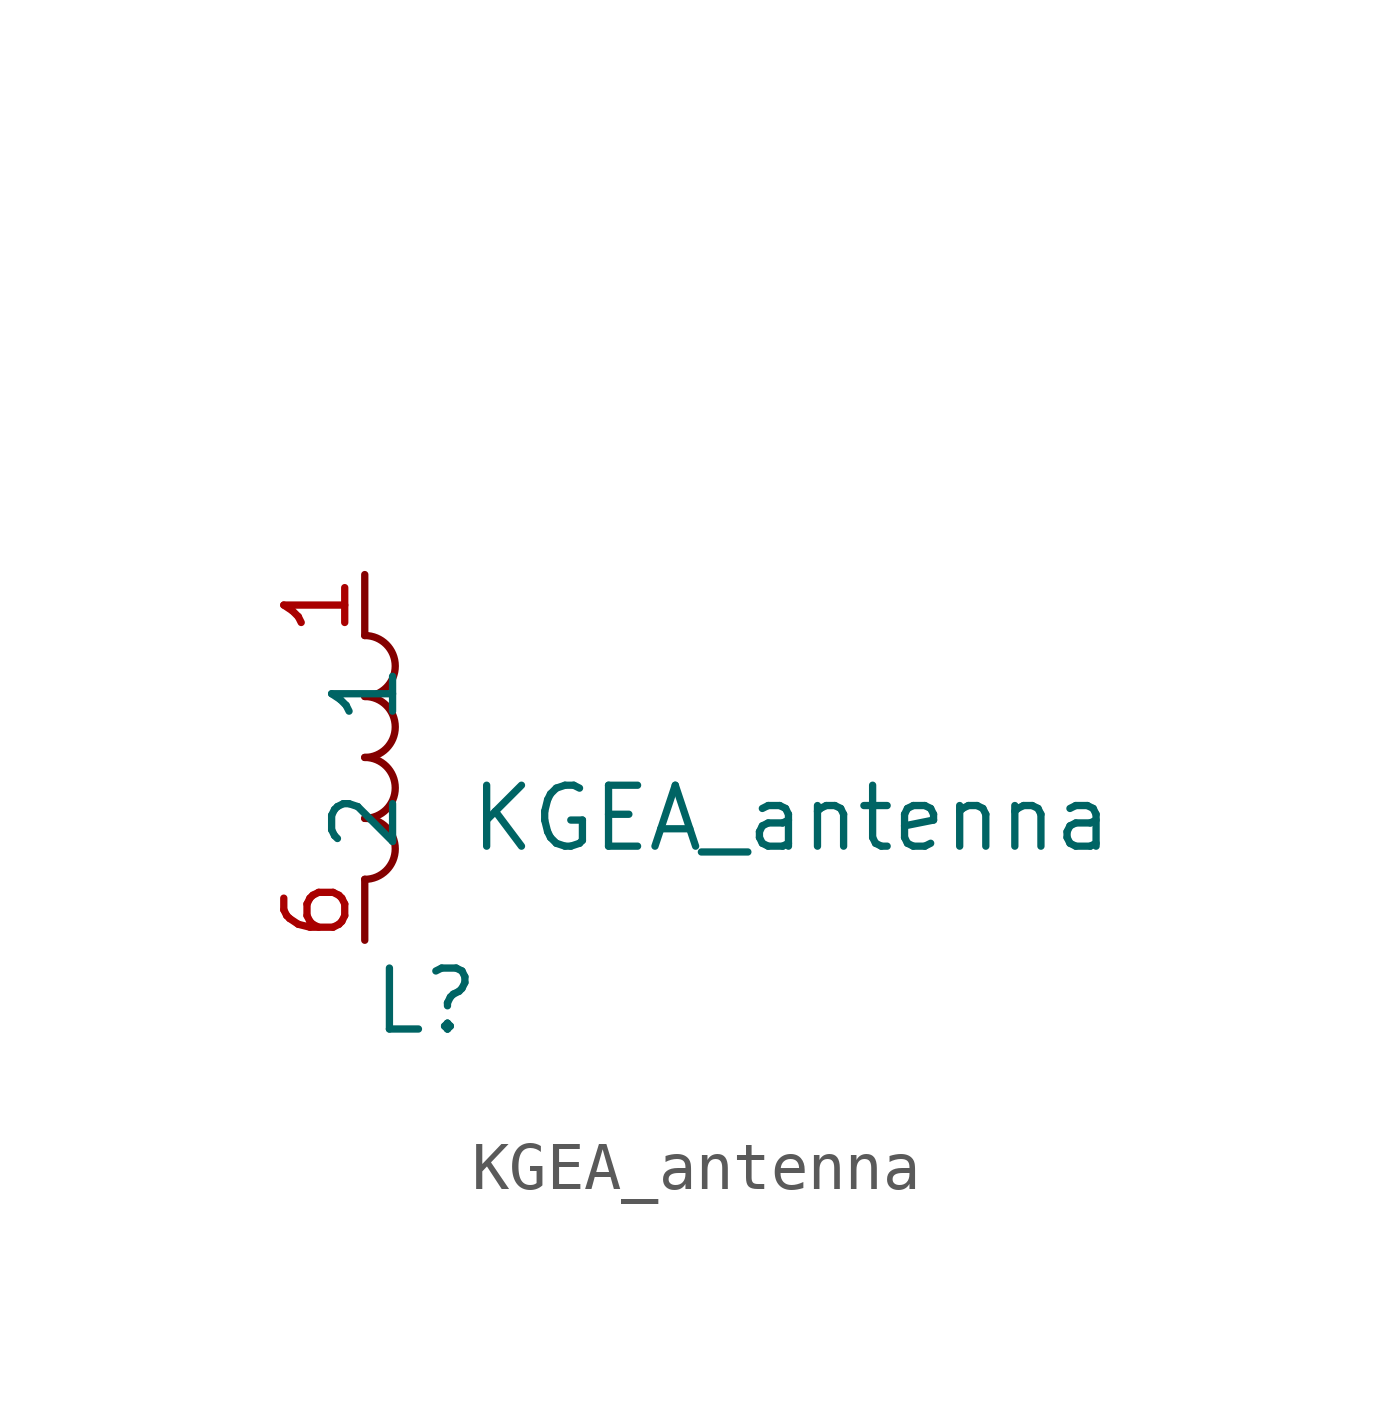
<source format=kicad_sym>
(kicad_symbol_lib
  (version 20211014)
  (generator kicad_symbol_editor)
  (symbol "KGEA_antenna"
    (property "Reference" "L"
      (at 1.27 -5.08 0)
      (effects (font (size 1.27 1.27))))
    (property "Value" "KGEA_antenna"
      (at 8.89 -1.27 0)
      (effects (font (size 1.27 1.27))))
    (symbol "KGEA_antenna_0_1"
      (arc (start 0 -2.54) (mid 0.635 -1.905) (end 0 -1.27) (stroke (width 0) (type default) (color 0 0 0 0)) (fill (type none)))
      (arc (start 0 -1.27) (mid 0.635 -0.635) (end 0 0) (stroke (width 0) (type default) (color 0 0 0 0)) (fill (type none)))
      (arc (start 0 0) (mid 0.635 0.635) (end 0 1.27) (stroke (width 0) (type default) (color 0 0 0 0)) (fill (type none)))
      (arc (start 0 1.27) (mid 0.635 1.905) (end 0 2.54) (stroke (width 0) (type default) (color 0 0 0 0)) (fill (type none))))
    (symbol "KGEA_antenna_1_0"
      (pin no_connect line (at 8.89 10.16 180) (length 3.81) hide (name "NC" (effects (font (size 1.27 1.27)))) (number "2" (effects (font (size 1.27 1.27)))))
      (pin no_connect line (at 8.89 7.62 180) (length 3.81) hide (name "NC" (effects (font (size 1.27 1.27)))) (number "3" (effects (font (size 1.27 1.27)))))
      (pin no_connect line (at 8.89 5.08 180) (length 3.81) hide (name "NC" (effects (font (size 1.27 1.27)))) (number "4" (effects (font (size 1.27 1.27)))))
      (pin no_connect line (at 8.89 2.54 180) (length 3.81) hide (name "NC" (effects (font (size 1.27 1.27)))) (number "5" (effects (font (size 1.27 1.27))))))
    (symbol "KGEA_antenna_1_1"
      (pin passive line (at 0 3.81 270) (length 1.27) (name "1" (effects (font (size 1.27 1.27)))) (number "1" (effects (font (size 1.27 1.27)))))
      (pin passive line (at 0 -3.81 90) (length 1.27) (name "2" (effects (font (size 1.27 1.27)))) (number "6" (effects (font (size 1.27 1.27))))))))
</source>
